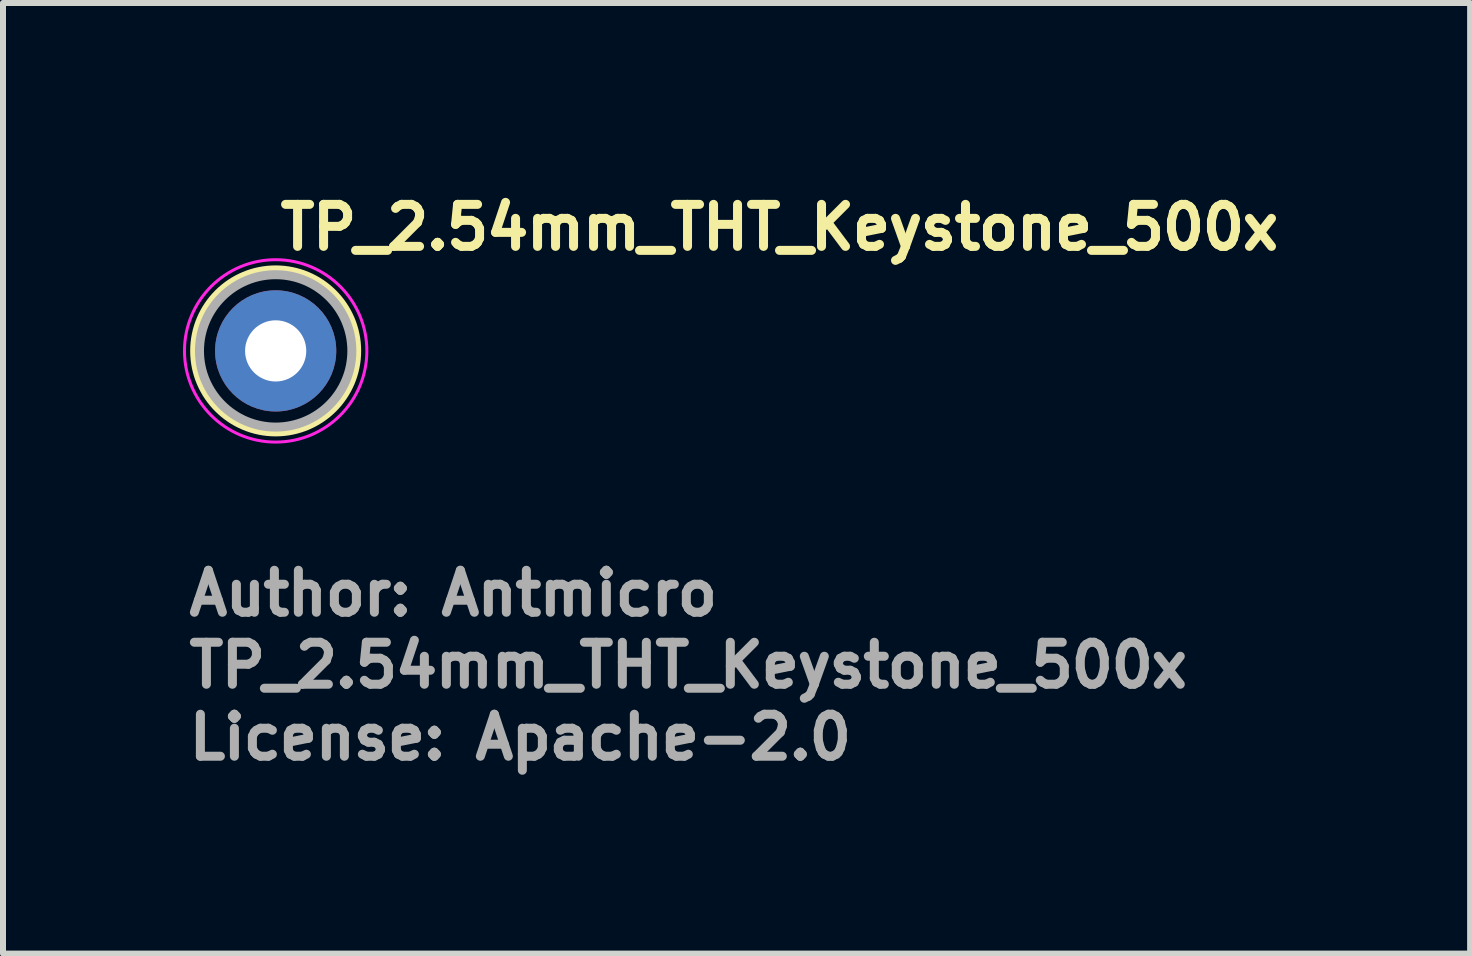
<source format=kicad_pcb>
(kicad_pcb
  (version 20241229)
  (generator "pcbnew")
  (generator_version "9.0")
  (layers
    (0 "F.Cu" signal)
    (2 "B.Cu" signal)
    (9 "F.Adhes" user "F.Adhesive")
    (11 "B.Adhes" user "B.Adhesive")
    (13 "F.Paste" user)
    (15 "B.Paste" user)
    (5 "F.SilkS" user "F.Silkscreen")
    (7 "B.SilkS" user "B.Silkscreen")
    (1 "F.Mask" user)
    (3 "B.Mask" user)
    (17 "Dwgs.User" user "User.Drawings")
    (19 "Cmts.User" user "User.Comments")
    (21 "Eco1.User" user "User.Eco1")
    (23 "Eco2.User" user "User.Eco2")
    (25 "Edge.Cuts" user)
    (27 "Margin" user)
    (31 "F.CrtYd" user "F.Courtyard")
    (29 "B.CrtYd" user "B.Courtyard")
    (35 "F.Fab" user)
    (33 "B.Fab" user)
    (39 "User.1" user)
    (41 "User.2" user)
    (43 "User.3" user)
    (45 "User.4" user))
  (footprint "TP_2.54mm_THT_Keystone_500x"
    (layer "F.Cu")
    (at 1.545 2.799)
    (property "Reference" "TP_2.54mm_THT_Keystone_500x" (at 0 -1.649 0) (layer "F.SilkS") (effects (font (size 0.7 0.7) (thickness 0.15)) (justify left bottom)))
    (attr through_hole exclude_from_pos_files)
    (fp_circle (center 0 0) (end 1.35 0.01) (stroke (width 0.15) (type solid)) (fill no) (layer "F.SilkS"))
    (fp_circle (center 0 0) (end 1.52 0) (stroke (width 0.05) (type solid)) (fill no) (layer "F.CrtYd"))
    (fp_circle (center 0 0) (end 1.27 0) (stroke (width 0.15) (type solid)) (fill no) (layer "F.Fab"))
    (fp_line (start -1.27 0) (end -1.267 0.082) (stroke (width 0.02) (type solid)) (layer "User.9"))
    (fp_line (start -1.267 -0.082) (end -1.27 0) (stroke (width 0.02) (type solid)) (layer "User.9"))
    (fp_line (start -1.267 0.082) (end -1.259 0.164) (stroke (width 0.02) (type solid)) (layer "User.9"))
    (fp_line (start -1.259 -0.164) (end -1.267 -0.082) (stroke (width 0.02) (type solid)) (layer "User.9"))
    (fp_line (start -1.259 0.164) (end -1.246 0.245) (stroke (width 0.02) (type solid)) (layer "User.9"))
    (fp_line (start -1.246 -0.245) (end -1.259 -0.164) (stroke (width 0.02) (type solid)) (layer "User.9"))
    (fp_line (start -1.246 0.245) (end -1.227 0.326) (stroke (width 0.02) (type solid)) (layer "User.9"))
    (fp_line (start -1.227 -0.326) (end -1.246 -0.245) (stroke (width 0.02) (type solid)) (layer "User.9"))
    (fp_line (start -1.227 0.326) (end -1.203 0.405) (stroke (width 0.02) (type solid)) (layer "User.9"))
    (fp_line (start -1.203 -0.405) (end -1.227 -0.326) (stroke (width 0.02) (type solid)) (layer "User.9"))
    (fp_line (start -1.203 0.405) (end -1.174 0.483) (stroke (width 0.02) (type solid)) (layer "User.9"))
    (fp_line (start -1.174 -0.483) (end -1.203 -0.405) (stroke (width 0.02) (type solid)) (layer "User.9"))
    (fp_line (start -1.174 0.483) (end -1.139 0.56) (stroke (width 0.02) (type solid)) (layer "User.9"))
    (fp_line (start -1.139 -0.56) (end -1.174 -0.483) (stroke (width 0.02) (type solid)) (layer "User.9"))
    (fp_line (start -1.139 0.56) (end -1.099 0.635) (stroke (width 0.02) (type solid)) (layer "User.9"))
    (fp_line (start -1.099 -0.635) (end -1.139 -0.56) (stroke (width 0.02) (type solid)) (layer "User.9"))
    (fp_line (start -1.099 -0.635) (end -1.099 -0.635) (stroke (width 0.02) (type solid)) (layer "User.9"))
    (fp_line (start -1.099 0.635) (end -1.099 0.635) (stroke (width 0.02) (type solid)) (layer "User.9"))
    (fp_line (start -1.099 0.635) (end -1.078 0.671) (stroke (width 0.02) (type solid)) (layer "User.9"))
    (fp_line (start -1.078 0.671) (end -1.055 0.706) (stroke (width 0.02) (type solid)) (layer "User.9"))
    (fp_line (start -1.055 -0.706) (end -1.099 -0.635) (stroke (width 0.02) (type solid)) (layer "User.9"))
    (fp_line (start -1.055 0.706) (end -1.031 0.741) (stroke (width 0.02) (type solid)) (layer "User.9"))
    (fp_line (start -1.031 0.741) (end -1.006 0.775) (stroke (width 0.02) (type solid)) (layer "User.9"))
    (fp_line (start -1.006 -0.775) (end -1.055 -0.706) (stroke (width 0.02) (type solid)) (layer "User.9"))
    (fp_line (start -1.006 0.775) (end -0.98 0.807) (stroke (width 0.02) (type solid)) (layer "User.9"))
    (fp_line (start -0.98 0.807) (end -0.952 0.839) (stroke (width 0.02) (type solid)) (layer "User.9"))
    (fp_line (start -0.952 -0.839) (end -1.006 -0.775) (stroke (width 0.02) (type solid)) (layer "User.9"))
    (fp_line (start -0.952 0.839) (end -0.925 0.87) (stroke (width 0.02) (type solid)) (layer "User.9"))
    (fp_line (start -0.925 0.87) (end -0.896 0.899) (stroke (width 0.02) (type solid)) (layer "User.9"))
    (fp_line (start -0.896 -0.899) (end -0.952 -0.839) (stroke (width 0.02) (type solid)) (layer "User.9"))
    (fp_line (start -0.896 0.899) (end -0.866 0.928) (stroke (width 0.02) (type solid)) (layer "User.9"))
    (fp_line (start -0.889 -0.254) (end -0.866 -0.254) (stroke (width 0.02) (type solid)) (layer "User.9"))
    (fp_line (start -0.889 0.254) (end -0.889 -0.254) (stroke (width 0.02) (type solid)) (layer "User.9"))
    (fp_line (start -0.889 0.254) (end -0.866 0.254) (stroke (width 0.02) (type solid)) (layer "User.9"))
    (fp_line (start -0.866 -0.254) (end -0.866 -0.254) (stroke (width 0.02) (type solid)) (layer "User.9"))
    (fp_line (start -0.866 -0.254) (end -0.8 -0.254) (stroke (width 0.02) (type solid)) (layer "User.9"))
    (fp_line (start -0.866 0.254) (end -0.866 0.254) (stroke (width 0.02) (type solid)) (layer "User.9"))
    (fp_line (start -0.866 0.254) (end -0.8 0.254) (stroke (width 0.02) (type solid)) (layer "User.9"))
    (fp_line (start -0.866 0.928) (end -0.835 0.956) (stroke (width 0.02) (type solid)) (layer "User.9"))
    (fp_line (start -0.835 -0.956) (end -0.896 -0.899) (stroke (width 0.02) (type solid)) (layer "User.9"))
    (fp_line (start -0.835 0.956) (end -0.804 0.983) (stroke (width 0.02) (type solid)) (layer "User.9"))
    (fp_line (start -0.804 0.983) (end -0.771 1.008) (stroke (width 0.02) (type solid)) (layer "User.9"))
    (fp_line (start -0.8 -0.254) (end -0.8 -0.254) (stroke (width 0.02) (type solid)) (layer "User.9"))
    (fp_line (start -0.8 -0.254) (end -0.695 -0.254) (stroke (width 0.02) (type solid)) (layer "User.9"))
    (fp_line (start -0.8 0.254) (end -0.8 0.254) (stroke (width 0.02) (type solid)) (layer "User.9"))
    (fp_line (start -0.8 0.254) (end -0.695 0.254) (stroke (width 0.02) (type solid)) (layer "User.9"))
    (fp_line (start -0.771 -1.008) (end -0.835 -0.956) (stroke (width 0.02) (type solid)) (layer "User.9"))
    (fp_line (start -0.771 1.008) (end -0.738 1.033) (stroke (width 0.02) (type solid)) (layer "User.9"))
    (fp_line (start -0.738 1.033) (end -0.704 1.056) (stroke (width 0.02) (type solid)) (layer "User.9"))
    (fp_line (start -0.704 -1.056) (end -0.771 -1.008) (stroke (width 0.02) (type solid)) (layer "User.9"))
    (fp_line (start -0.704 1.056) (end -0.67 1.078) (stroke (width 0.02) (type solid)) (layer "User.9"))
    (fp_line (start -0.695 -0.254) (end -0.695 -0.254) (stroke (width 0.02) (type solid)) (layer "User.9"))
    (fp_line (start -0.695 -0.254) (end -0.554 -0.254) (stroke (width 0.02) (type solid)) (layer "User.9"))
    (fp_line (start -0.695 0.254) (end -0.695 0.254) (stroke (width 0.02) (type solid)) (layer "User.9"))
    (fp_line (start -0.695 0.254) (end -0.554 0.254) (stroke (width 0.02) (type solid)) (layer "User.9"))
    (fp_line (start -0.67 1.078) (end -0.635 1.099) (stroke (width 0.02) (type solid)) (layer "User.9"))
    (fp_line (start -0.635 -1.099) (end -0.704 -1.056) (stroke (width 0.02) (type solid)) (layer "User.9"))
    (fp_line (start -0.635 1.099) (end -0.599 1.119) (stroke (width 0.02) (type solid)) (layer "User.9"))
    (fp_line (start -0.599 1.119) (end -0.562 1.138) (stroke (width 0.02) (type solid)) (layer "User.9"))
    (fp_line (start -0.562 -1.138) (end -0.635 -1.099) (stroke (width 0.02) (type solid)) (layer "User.9"))
    (fp_line (start -0.562 1.138) (end -0.525 1.156) (stroke (width 0.02) (type solid)) (layer "User.9"))
    (fp_line (start -0.554 -0.254) (end -0.554 -0.254) (stroke (width 0.02) (type solid)) (layer "User.9"))
    (fp_line (start -0.554 -0.254) (end -0.385 -0.254) (stroke (width 0.02) (type solid)) (layer "User.9"))
    (fp_line (start -0.554 0.254) (end -0.554 0.254) (stroke (width 0.02) (type solid)) (layer "User.9"))
    (fp_line (start -0.554 0.254) (end -0.385 0.254) (stroke (width 0.02) (type solid)) (layer "User.9"))
    (fp_line (start -0.525 1.156) (end -0.487 1.172) (stroke (width 0.02) (type solid)) (layer "User.9"))
    (fp_line (start -0.487 -1.172) (end -0.562 -1.138) (stroke (width 0.02) (type solid)) (layer "User.9"))
    (fp_line (start -0.487 1.172) (end -0.449 1.187) (stroke (width 0.02) (type solid)) (layer "User.9"))
    (fp_line (start -0.449 1.187) (end -0.41 1.201) (stroke (width 0.02) (type solid)) (layer "User.9"))
    (fp_line (start -0.41 -1.201) (end -0.487 -1.172) (stroke (width 0.02) (type solid)) (layer "User.9"))
    (fp_line (start -0.41 1.201) (end -0.371 1.214) (stroke (width 0.02) (type solid)) (layer "User.9"))
    (fp_line (start -0.385 -0.254) (end -0.385 -0.254) (stroke (width 0.02) (type solid)) (layer "User.9"))
    (fp_line (start -0.385 -0.254) (end -0.197 -0.254) (stroke (width 0.02) (type solid)) (layer "User.9"))
    (fp_line (start -0.385 0.254) (end -0.385 0.254) (stroke (width 0.02) (type solid)) (layer "User.9"))
    (fp_line (start -0.385 0.254) (end -0.197 0.254) (stroke (width 0.02) (type solid)) (layer "User.9"))
    (fp_line (start -0.371 1.214) (end -0.331 1.226) (stroke (width 0.02) (type solid)) (layer "User.9"))
    (fp_line (start -0.331 -1.226) (end -0.41 -1.201) (stroke (width 0.02) (type solid)) (layer "User.9"))
    (fp_line (start -0.331 1.226) (end -0.291 1.236) (stroke (width 0.02) (type solid)) (layer "User.9"))
    (fp_line (start -0.291 1.236) (end -0.25 1.245) (stroke (width 0.02) (type solid)) (layer "User.9"))
    (fp_line (start -0.25 -1.245) (end -0.331 -1.226) (stroke (width 0.02) (type solid)) (layer "User.9"))
    (fp_line (start -0.25 1.245) (end -0.209 1.252) (stroke (width 0.02) (type solid)) (layer "User.9"))
    (fp_line (start -0.209 1.252) (end -0.168 1.258) (stroke (width 0.02) (type solid)) (layer "User.9"))
    (fp_line (start -0.197 -0.254) (end -0.197 -0.254) (stroke (width 0.02) (type solid)) (layer "User.9"))
    (fp_line (start -0.197 -0.254) (end 0 -0.254) (stroke (width 0.02) (type solid)) (layer "User.9"))
    (fp_line (start -0.197 0.254) (end -0.197 0.254) (stroke (width 0.02) (type solid)) (layer "User.9"))
    (fp_line (start -0.197 0.254) (end 0 0.254) (stroke (width 0.02) (type solid)) (layer "User.9"))
    (fp_line (start -0.168 -1.258) (end -0.25 -1.245) (stroke (width 0.02) (type solid)) (layer "User.9"))
    (fp_line (start -0.168 1.258) (end -0.126 1.263) (stroke (width 0.02) (type solid)) (layer "User.9"))
    (fp_line (start -0.126 1.263) (end -0.084 1.267) (stroke (width 0.02) (type solid)) (layer "User.9"))
    (fp_line (start -0.084 -1.267) (end -0.168 -1.258) (stroke (width 0.02) (type solid)) (layer "User.9"))
    (fp_line (start -0.084 1.267) (end -0.042 1.269) (stroke (width 0.02) (type solid)) (layer "User.9"))
    (fp_line (start -0.042 1.269) (end 0 1.27) (stroke (width 0.02) (type solid)) (layer "User.9"))
    (fp_line (start 0 -1.27) (end -0.084 -1.267) (stroke (width 0.02) (type solid)) (layer "User.9"))
    (fp_line (start 0 -0.254) (end 0 -0.254) (stroke (width 0.02) (type solid)) (layer "User.9"))
    (fp_line (start 0 -0.254) (end 0.197 -0.254) (stroke (width 0.02) (type solid)) (layer "User.9"))
    (fp_line (start 0 0.254) (end 0 0.254) (stroke (width 0.02) (type solid)) (layer "User.9"))
    (fp_line (start 0 0.254) (end 0.197 0.254) (stroke (width 0.02) (type solid)) (layer "User.9"))
    (fp_line (start 0 1.27) (end 0.084 1.267) (stroke (width 0.02) (type solid)) (layer "User.9"))
    (fp_line (start 0.042 -1.269) (end 0 -1.27) (stroke (width 0.02) (type solid)) (layer "User.9"))
    (fp_line (start 0.084 -1.267) (end 0.042 -1.269) (stroke (width 0.02) (type solid)) (layer "User.9"))
    (fp_line (start 0.084 1.267) (end 0.168 1.258) (stroke (width 0.02) (type solid)) (layer "User.9"))
    (fp_line (start 0.126 -1.263) (end 0.084 -1.267) (stroke (width 0.02) (type solid)) (layer "User.9"))
    (fp_line (start 0.168 -1.258) (end 0.126 -1.263) (stroke (width 0.02) (type solid)) (layer "User.9"))
    (fp_line (start 0.168 1.258) (end 0.25 1.245) (stroke (width 0.02) (type solid)) (layer "User.9"))
    (fp_line (start 0.197 -0.254) (end 0.197 -0.254) (stroke (width 0.02) (type solid)) (layer "User.9"))
    (fp_line (start 0.197 -0.254) (end 0.385 -0.254) (stroke (width 0.02) (type solid)) (layer "User.9"))
    (fp_line (start 0.197 0.254) (end 0.197 0.254) (stroke (width 0.02) (type solid)) (layer "User.9"))
    (fp_line (start 0.197 0.254) (end 0.385 0.254) (stroke (width 0.02) (type solid)) (layer "User.9"))
    (fp_line (start 0.209 -1.252) (end 0.168 -1.258) (stroke (width 0.02) (type solid)) (layer "User.9"))
    (fp_line (start 0.25 -1.245) (end 0.209 -1.252) (stroke (width 0.02) (type solid)) (layer "User.9"))
    (fp_line (start 0.25 1.245) (end 0.331 1.226) (stroke (width 0.02) (type solid)) (layer "User.9"))
    (fp_line (start 0.291 -1.236) (end 0.25 -1.245) (stroke (width 0.02) (type solid)) (layer "User.9"))
    (fp_line (start 0.331 -1.226) (end 0.291 -1.236) (stroke (width 0.02) (type solid)) (layer "User.9"))
    (fp_line (start 0.331 1.226) (end 0.41 1.201) (stroke (width 0.02) (type solid)) (layer "User.9"))
    (fp_line (start 0.371 -1.214) (end 0.331 -1.226) (stroke (width 0.02) (type solid)) (layer "User.9"))
    (fp_line (start 0.385 -0.254) (end 0.385 -0.254) (stroke (width 0.02) (type solid)) (layer "User.9"))
    (fp_line (start 0.385 -0.254) (end 0.554 -0.254) (stroke (width 0.02) (type solid)) (layer "User.9"))
    (fp_line (start 0.385 0.254) (end 0.385 0.254) (stroke (width 0.02) (type solid)) (layer "User.9"))
    (fp_line (start 0.385 0.254) (end 0.554 0.254) (stroke (width 0.02) (type solid)) (layer "User.9"))
    (fp_line (start 0.41 -1.201) (end 0.371 -1.214) (stroke (width 0.02) (type solid)) (layer "User.9"))
    (fp_line (start 0.41 1.201) (end 0.487 1.172) (stroke (width 0.02) (type solid)) (layer "User.9"))
    (fp_line (start 0.449 -1.187) (end 0.41 -1.201) (stroke (width 0.02) (type solid)) (layer "User.9"))
    (fp_line (start 0.487 -1.172) (end 0.449 -1.187) (stroke (width 0.02) (type solid)) (layer "User.9"))
    (fp_line (start 0.487 1.172) (end 0.562 1.138) (stroke (width 0.02) (type solid)) (layer "User.9"))
    (fp_line (start 0.525 -1.156) (end 0.487 -1.172) (stroke (width 0.02) (type solid)) (layer "User.9"))
    (fp_line (start 0.554 -0.254) (end 0.554 -0.254) (stroke (width 0.02) (type solid)) (layer "User.9"))
    (fp_line (start 0.554 -0.254) (end 0.695 -0.254) (stroke (width 0.02) (type solid)) (layer "User.9"))
    (fp_line (start 0.554 0.254) (end 0.554 0.254) (stroke (width 0.02) (type solid)) (layer "User.9"))
    (fp_line (start 0.554 0.254) (end 0.695 0.254) (stroke (width 0.02) (type solid)) (layer "User.9"))
    (fp_line (start 0.562 -1.138) (end 0.525 -1.156) (stroke (width 0.02) (type solid)) (layer "User.9"))
    (fp_line (start 0.562 1.138) (end 0.635 1.099) (stroke (width 0.02) (type solid)) (layer "User.9"))
    (fp_line (start 0.599 -1.119) (end 0.562 -1.138) (stroke (width 0.02) (type solid)) (layer "User.9"))
    (fp_line (start 0.635 -1.099) (end 0.599 -1.119) (stroke (width 0.02) (type solid)) (layer "User.9"))
    (fp_line (start 0.635 1.099) (end 0.704 1.056) (stroke (width 0.02) (type solid)) (layer "User.9"))
    (fp_line (start 0.67 -1.078) (end 0.635 -1.099) (stroke (width 0.02) (type solid)) (layer "User.9"))
    (fp_line (start 0.695 -0.254) (end 0.695 -0.254) (stroke (width 0.02) (type solid)) (layer "User.9"))
    (fp_line (start 0.695 -0.254) (end 0.8 -0.254) (stroke (width 0.02) (type solid)) (layer "User.9"))
    (fp_line (start 0.695 0.254) (end 0.695 0.254) (stroke (width 0.02) (type solid)) (layer "User.9"))
    (fp_line (start 0.695 0.254) (end 0.8 0.254) (stroke (width 0.02) (type solid)) (layer "User.9"))
    (fp_line (start 0.704 -1.056) (end 0.67 -1.078) (stroke (width 0.02) (type solid)) (layer "User.9"))
    (fp_line (start 0.704 1.056) (end 0.771 1.008) (stroke (width 0.02) (type solid)) (layer "User.9"))
    (fp_line (start 0.738 -1.033) (end 0.704 -1.056) (stroke (width 0.02) (type solid)) (layer "User.9"))
    (fp_line (start 0.771 -1.008) (end 0.738 -1.033) (stroke (width 0.02) (type solid)) (layer "User.9"))
    (fp_line (start 0.771 1.008) (end 0.835 0.956) (stroke (width 0.02) (type solid)) (layer "User.9"))
    (fp_line (start 0.8 -0.254) (end 0.8 -0.254) (stroke (width 0.02) (type solid)) (layer "User.9"))
    (fp_line (start 0.8 -0.254) (end 0.866 -0.254) (stroke (width 0.02) (type solid)) (layer "User.9"))
    (fp_line (start 0.8 0.254) (end 0.8 0.254) (stroke (width 0.02) (type solid)) (layer "User.9"))
    (fp_line (start 0.8 0.254) (end 0.866 0.254) (stroke (width 0.02) (type solid)) (layer "User.9"))
    (fp_line (start 0.804 -0.983) (end 0.771 -1.008) (stroke (width 0.02) (type solid)) (layer "User.9"))
    (fp_line (start 0.835 -0.956) (end 0.804 -0.983) (stroke (width 0.02) (type solid)) (layer "User.9"))
    (fp_line (start 0.835 0.956) (end 0.896 0.899) (stroke (width 0.02) (type solid)) (layer "User.9"))
    (fp_line (start 0.866 -0.928) (end 0.835 -0.956) (stroke (width 0.02) (type solid)) (layer "User.9"))
    (fp_line (start 0.866 -0.254) (end 0.866 -0.254) (stroke (width 0.02) (type solid)) (layer "User.9"))
    (fp_line (start 0.866 -0.254) (end 0.889 -0.254) (stroke (width 0.02) (type solid)) (layer "User.9"))
    (fp_line (start 0.866 0.254) (end 0.866 0.254) (stroke (width 0.02) (type solid)) (layer "User.9"))
    (fp_line (start 0.866 0.254) (end 0.889 0.254) (stroke (width 0.02) (type solid)) (layer "User.9"))
    (fp_line (start 0.889 0.254) (end 0.889 -0.254) (stroke (width 0.02) (type solid)) (layer "User.9"))
    (fp_line (start 0.896 -0.899) (end 0.866 -0.928) (stroke (width 0.02) (type solid)) (layer "User.9"))
    (fp_line (start 0.896 0.899) (end 0.952 0.839) (stroke (width 0.02) (type solid)) (layer "User.9"))
    (fp_line (start 0.925 -0.87) (end 0.896 -0.899) (stroke (width 0.02) (type solid)) (layer "User.9"))
    (fp_line (start 0.952 -0.839) (end 0.925 -0.87) (stroke (width 0.02) (type solid)) (layer "User.9"))
    (fp_line (start 0.952 0.839) (end 1.006 0.775) (stroke (width 0.02) (type solid)) (layer "User.9"))
    (fp_line (start 0.98 -0.807) (end 0.952 -0.839) (stroke (width 0.02) (type solid)) (layer "User.9"))
    (fp_line (start 1.006 -0.775) (end 0.98 -0.807) (stroke (width 0.02) (type solid)) (layer "User.9"))
    (fp_line (start 1.006 0.775) (end 1.055 0.706) (stroke (width 0.02) (type solid)) (layer "User.9"))
    (fp_line (start 1.031 -0.741) (end 1.006 -0.775) (stroke (width 0.02) (type solid)) (layer "User.9"))
    (fp_line (start 1.055 -0.706) (end 1.031 -0.741) (stroke (width 0.02) (type solid)) (layer "User.9"))
    (fp_line (start 1.055 0.706) (end 1.099 0.635) (stroke (width 0.02) (type solid)) (layer "User.9"))
    (fp_line (start 1.078 -0.671) (end 1.055 -0.706) (stroke (width 0.02) (type solid)) (layer "User.9"))
    (fp_line (start 1.099 -0.635) (end 1.078 -0.671) (stroke (width 0.02) (type solid)) (layer "User.9"))
    (fp_line (start 1.099 -0.635) (end 1.099 -0.635) (stroke (width 0.02) (type solid)) (layer "User.9"))
    (fp_line (start 1.099 0.635) (end 1.099 0.635) (stroke (width 0.02) (type solid)) (layer "User.9"))
    (fp_line (start 1.099 0.635) (end 1.139 0.56) (stroke (width 0.02) (type solid)) (layer "User.9"))
    (fp_line (start 1.139 -0.56) (end 1.099 -0.635) (stroke (width 0.02) (type solid)) (layer "User.9"))
    (fp_line (start 1.139 0.56) (end 1.174 0.483) (stroke (width 0.02) (type solid)) (layer "User.9"))
    (fp_line (start 1.174 -0.483) (end 1.139 -0.56) (stroke (width 0.02) (type solid)) (layer "User.9"))
    (fp_line (start 1.174 0.483) (end 1.203 0.405) (stroke (width 0.02) (type solid)) (layer "User.9"))
    (fp_line (start 1.203 -0.405) (end 1.174 -0.483) (stroke (width 0.02) (type solid)) (layer "User.9"))
    (fp_line (start 1.203 0.405) (end 1.227 0.326) (stroke (width 0.02) (type solid)) (layer "User.9"))
    (fp_line (start 1.227 -0.326) (end 1.203 -0.405) (stroke (width 0.02) (type solid)) (layer "User.9"))
    (fp_line (start 1.227 0.326) (end 1.246 0.245) (stroke (width 0.02) (type solid)) (layer "User.9"))
    (fp_line (start 1.246 -0.245) (end 1.227 -0.326) (stroke (width 0.02) (type solid)) (layer "User.9"))
    (fp_line (start 1.246 0.245) (end 1.259 0.164) (stroke (width 0.02) (type solid)) (layer "User.9"))
    (fp_line (start 1.259 -0.164) (end 1.246 -0.245) (stroke (width 0.02) (type solid)) (layer "User.9"))
    (fp_line (start 1.259 0.164) (end 1.267 0.082) (stroke (width 0.02) (type solid)) (layer "User.9"))
    (fp_line (start 1.267 -0.082) (end 1.259 -0.164) (stroke (width 0.02) (type solid)) (layer "User.9"))
    (fp_line (start 1.267 0.082) (end 1.27 0) (stroke (width 0.02) (type solid)) (layer "User.9"))
    (fp_line (start 1.27 0) (end 1.267 -0.082) (stroke (width 0.02) (type solid)) (layer "User.9"))
    (fp_text user "License: Apache-2.0" (at -1.52 6.85 0) (layer "F.Fab") (effects (font (size 0.7 0.7) (thickness 0.15)) (justify left bottom)))
    (fp_text user "${REFERENCE}" (at -1.52 5.65 0) (layer "F.Fab") (effects (font (size 0.7 0.7) (thickness 0.15)) (justify left bottom)))
    (fp_text user "Author: Antmicro" (at -1.52 4.45 0) (layer "F.Fab") (effects (font (size 0.7 0.7) (thickness 0.15)) (justify left bottom)))
    (pad "1" thru_hole circle (at 0 0) (size 2.02 2.02) (drill 1.02) (layers "*.Cu" "*.Mask")))
  (gr_rect
    (start -3 -3)
    (end 21.455 12.845)
    (stroke (width 0.1) (type default))
    (fill no)
    (layer "Edge.Cuts")))
</source>
